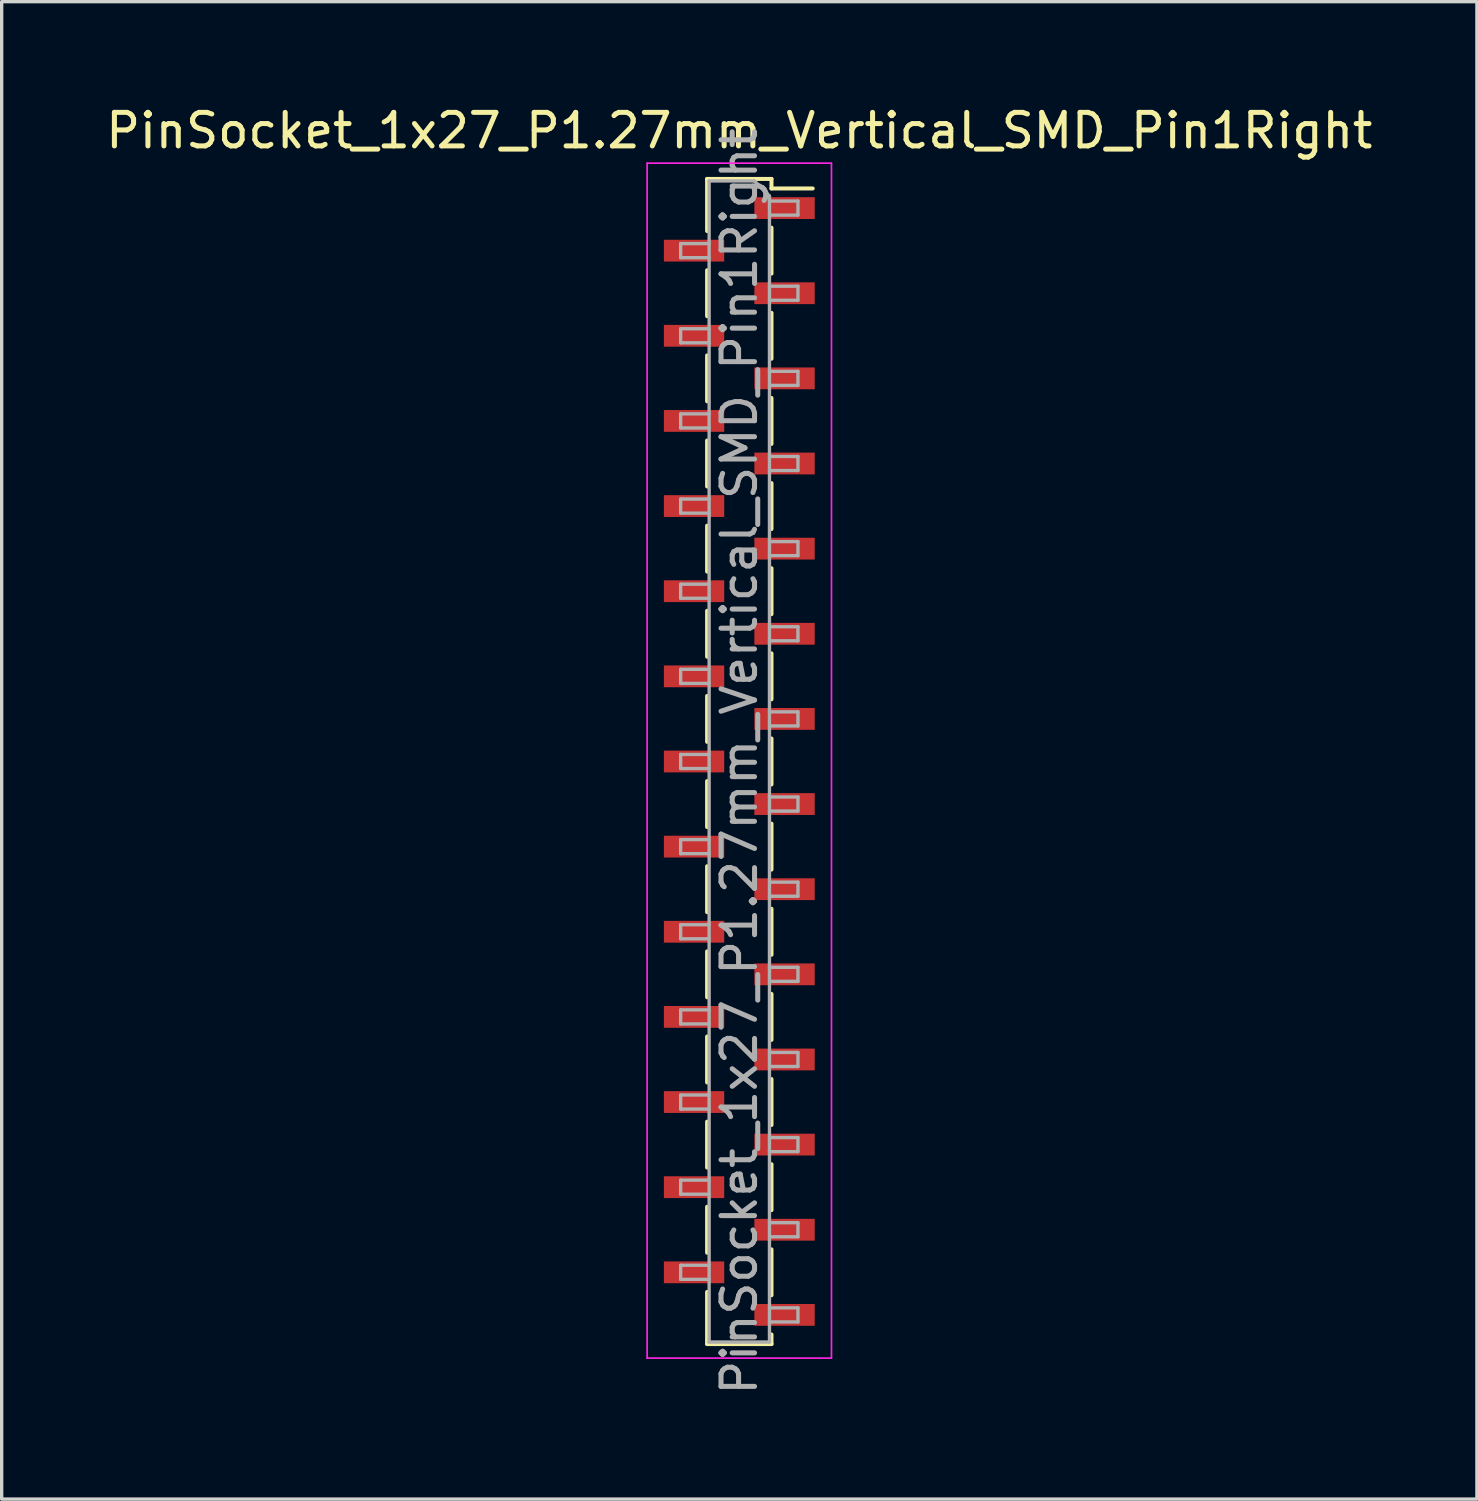
<source format=kicad_pcb>
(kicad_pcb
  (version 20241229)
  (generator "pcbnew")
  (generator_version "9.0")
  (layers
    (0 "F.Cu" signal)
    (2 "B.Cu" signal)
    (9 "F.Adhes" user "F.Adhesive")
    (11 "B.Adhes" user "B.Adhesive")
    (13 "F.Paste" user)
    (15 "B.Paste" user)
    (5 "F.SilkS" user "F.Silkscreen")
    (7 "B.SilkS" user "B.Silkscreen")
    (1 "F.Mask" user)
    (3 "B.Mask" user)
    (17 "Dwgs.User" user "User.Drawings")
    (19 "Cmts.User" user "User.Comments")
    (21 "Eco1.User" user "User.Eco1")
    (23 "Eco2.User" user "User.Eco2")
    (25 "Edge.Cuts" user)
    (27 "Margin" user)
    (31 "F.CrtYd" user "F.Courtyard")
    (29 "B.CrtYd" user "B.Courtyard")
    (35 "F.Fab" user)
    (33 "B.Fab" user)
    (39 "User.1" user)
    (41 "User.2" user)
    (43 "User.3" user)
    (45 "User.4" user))
  (footprint "PinSocket_1x27_P1.27mm_Vertical_SMD_Pin1Right"
    (layer "F.Cu")
    (at 19.006 19.668)
    (property "Reference" "PinSocket_1x27_P1.27mm_Vertical_SMD_Pin1Right" (at 0 -18.82 0) (layer "F.SilkS") (effects (font (size 1 1) (thickness 0.15))))
    (attr smd)
    (fp_line (start -0.96 -17.38) (end -0.96 -15.825) (stroke (width 0.12) (type solid)) (layer "F.SilkS"))
    (fp_line (start -0.96 -17.38) (end 0.96 -17.38) (stroke (width 0.12) (type solid)) (layer "F.SilkS"))
    (fp_line (start -0.96 -14.655) (end -0.96 -13.285) (stroke (width 0.12) (type solid)) (layer "F.SilkS"))
    (fp_line (start -0.96 -12.115) (end -0.96 -10.745) (stroke (width 0.12) (type solid)) (layer "F.SilkS"))
    (fp_line (start -0.96 -9.575) (end -0.96 -8.205) (stroke (width 0.12) (type solid)) (layer "F.SilkS"))
    (fp_line (start -0.96 -7.035) (end -0.96 -5.665) (stroke (width 0.12) (type solid)) (layer "F.SilkS"))
    (fp_line (start -0.96 -4.495) (end -0.96 -3.125) (stroke (width 0.12) (type solid)) (layer "F.SilkS"))
    (fp_line (start -0.96 -1.955) (end -0.96 -0.585) (stroke (width 0.12) (type solid)) (layer "F.SilkS"))
    (fp_line (start -0.96 0.585) (end -0.96 1.955) (stroke (width 0.12) (type solid)) (layer "F.SilkS"))
    (fp_line (start -0.96 3.125) (end -0.96 4.495) (stroke (width 0.12) (type solid)) (layer "F.SilkS"))
    (fp_line (start -0.96 5.665) (end -0.96 7.035) (stroke (width 0.12) (type solid)) (layer "F.SilkS"))
    (fp_line (start -0.96 8.205) (end -0.96 9.575) (stroke (width 0.12) (type solid)) (layer "F.SilkS"))
    (fp_line (start -0.96 10.745) (end -0.96 12.115) (stroke (width 0.12) (type solid)) (layer "F.SilkS"))
    (fp_line (start -0.96 13.285) (end -0.96 14.655) (stroke (width 0.12) (type solid)) (layer "F.SilkS"))
    (fp_line (start -0.96 15.825) (end -0.96 17.38) (stroke (width 0.12) (type solid)) (layer "F.SilkS"))
    (fp_line (start -0.96 17.38) (end 0.96 17.38) (stroke (width 0.12) (type solid)) (layer "F.SilkS"))
    (fp_line (start 0.96 -17.38) (end 0.96 -17.095) (stroke (width 0.12) (type solid)) (layer "F.SilkS"))
    (fp_line (start 0.96 -17.095) (end 2.19 -17.095) (stroke (width 0.12) (type solid)) (layer "F.SilkS"))
    (fp_line (start 0.96 -15.925) (end 0.96 -14.555) (stroke (width 0.12) (type solid)) (layer "F.SilkS"))
    (fp_line (start 0.96 -13.385) (end 0.96 -12.015) (stroke (width 0.12) (type solid)) (layer "F.SilkS"))
    (fp_line (start 0.96 -10.845) (end 0.96 -9.475) (stroke (width 0.12) (type solid)) (layer "F.SilkS"))
    (fp_line (start 0.96 -8.305) (end 0.96 -6.935) (stroke (width 0.12) (type solid)) (layer "F.SilkS"))
    (fp_line (start 0.96 -5.765) (end 0.96 -4.395) (stroke (width 0.12) (type solid)) (layer "F.SilkS"))
    (fp_line (start 0.96 -3.225) (end 0.96 -1.855) (stroke (width 0.12) (type solid)) (layer "F.SilkS"))
    (fp_line (start 0.96 -0.685) (end 0.96 0.685) (stroke (width 0.12) (type solid)) (layer "F.SilkS"))
    (fp_line (start 0.96 1.855) (end 0.96 3.225) (stroke (width 0.12) (type solid)) (layer "F.SilkS"))
    (fp_line (start 0.96 4.395) (end 0.96 5.765) (stroke (width 0.12) (type solid)) (layer "F.SilkS"))
    (fp_line (start 0.96 6.935) (end 0.96 8.305) (stroke (width 0.12) (type solid)) (layer "F.SilkS"))
    (fp_line (start 0.96 9.475) (end 0.96 10.845) (stroke (width 0.12) (type solid)) (layer "F.SilkS"))
    (fp_line (start 0.96 12.015) (end 0.96 13.385) (stroke (width 0.12) (type solid)) (layer "F.SilkS"))
    (fp_line (start 0.96 14.555) (end 0.96 15.925) (stroke (width 0.12) (type solid)) (layer "F.SilkS"))
    (fp_line (start 0.96 17.095) (end 0.96 17.38) (stroke (width 0.12) (type solid)) (layer "F.SilkS"))
    (fp_line (start -2.75 -17.85) (end 2.75 -17.85) (stroke (width 0.05) (type solid)) (layer "F.CrtYd"))
    (fp_line (start -2.75 17.8) (end -2.75 -17.85) (stroke (width 0.05) (type solid)) (layer "F.CrtYd"))
    (fp_line (start 2.75 -17.85) (end 2.75 17.8) (stroke (width 0.05) (type solid)) (layer "F.CrtYd"))
    (fp_line (start 2.75 17.8) (end -2.75 17.8) (stroke (width 0.05) (type solid)) (layer "F.CrtYd"))
    (fp_line (start -1.75 -15.45) (end -0.9 -15.45) (stroke (width 0.1) (type solid)) (layer "F.Fab"))
    (fp_line (start -1.75 -15.03) (end -1.75 -15.45) (stroke (width 0.1) (type solid)) (layer "F.Fab"))
    (fp_line (start -1.75 -12.91) (end -0.9 -12.91) (stroke (width 0.1) (type solid)) (layer "F.Fab"))
    (fp_line (start -1.75 -12.49) (end -1.75 -12.91) (stroke (width 0.1) (type solid)) (layer "F.Fab"))
    (fp_line (start -1.75 -10.37) (end -0.9 -10.37) (stroke (width 0.1) (type solid)) (layer "F.Fab"))
    (fp_line (start -1.75 -9.95) (end -1.75 -10.37) (stroke (width 0.1) (type solid)) (layer "F.Fab"))
    (fp_line (start -1.75 -7.83) (end -0.9 -7.83) (stroke (width 0.1) (type solid)) (layer "F.Fab"))
    (fp_line (start -1.75 -7.41) (end -1.75 -7.83) (stroke (width 0.1) (type solid)) (layer "F.Fab"))
    (fp_line (start -1.75 -5.29) (end -0.9 -5.29) (stroke (width 0.1) (type solid)) (layer "F.Fab"))
    (fp_line (start -1.75 -4.87) (end -1.75 -5.29) (stroke (width 0.1) (type solid)) (layer "F.Fab"))
    (fp_line (start -1.75 -2.75) (end -0.9 -2.75) (stroke (width 0.1) (type solid)) (layer "F.Fab"))
    (fp_line (start -1.75 -2.33) (end -1.75 -2.75) (stroke (width 0.1) (type solid)) (layer "F.Fab"))
    (fp_line (start -1.75 -0.21) (end -0.9 -0.21) (stroke (width 0.1) (type solid)) (layer "F.Fab"))
    (fp_line (start -1.75 0.21) (end -1.75 -0.21) (stroke (width 0.1) (type solid)) (layer "F.Fab"))
    (fp_line (start -1.75 2.33) (end -0.9 2.33) (stroke (width 0.1) (type solid)) (layer "F.Fab"))
    (fp_line (start -1.75 2.75) (end -1.75 2.33) (stroke (width 0.1) (type solid)) (layer "F.Fab"))
    (fp_line (start -1.75 4.87) (end -0.9 4.87) (stroke (width 0.1) (type solid)) (layer "F.Fab"))
    (fp_line (start -1.75 5.29) (end -1.75 4.87) (stroke (width 0.1) (type solid)) (layer "F.Fab"))
    (fp_line (start -1.75 7.41) (end -0.9 7.41) (stroke (width 0.1) (type solid)) (layer "F.Fab"))
    (fp_line (start -1.75 7.83) (end -1.75 7.41) (stroke (width 0.1) (type solid)) (layer "F.Fab"))
    (fp_line (start -1.75 9.95) (end -0.9 9.95) (stroke (width 0.1) (type solid)) (layer "F.Fab"))
    (fp_line (start -1.75 10.37) (end -1.75 9.95) (stroke (width 0.1) (type solid)) (layer "F.Fab"))
    (fp_line (start -1.75 12.49) (end -0.9 12.49) (stroke (width 0.1) (type solid)) (layer "F.Fab"))
    (fp_line (start -1.75 12.91) (end -1.75 12.49) (stroke (width 0.1) (type solid)) (layer "F.Fab"))
    (fp_line (start -1.75 15.03) (end -0.9 15.03) (stroke (width 0.1) (type solid)) (layer "F.Fab"))
    (fp_line (start -1.75 15.45) (end -1.75 15.03) (stroke (width 0.1) (type solid)) (layer "F.Fab"))
    (fp_line (start -0.9 -17.32) (end 0.45 -17.32) (stroke (width 0.1) (type solid)) (layer "F.Fab"))
    (fp_line (start -0.9 -15.03) (end -1.75 -15.03) (stroke (width 0.1) (type solid)) (layer "F.Fab"))
    (fp_line (start -0.9 -12.49) (end -1.75 -12.49) (stroke (width 0.1) (type solid)) (layer "F.Fab"))
    (fp_line (start -0.9 -9.95) (end -1.75 -9.95) (stroke (width 0.1) (type solid)) (layer "F.Fab"))
    (fp_line (start -0.9 -7.41) (end -1.75 -7.41) (stroke (width 0.1) (type solid)) (layer "F.Fab"))
    (fp_line (start -0.9 -4.87) (end -1.75 -4.87) (stroke (width 0.1) (type solid)) (layer "F.Fab"))
    (fp_line (start -0.9 -2.33) (end -1.75 -2.33) (stroke (width 0.1) (type solid)) (layer "F.Fab"))
    (fp_line (start -0.9 0.21) (end -1.75 0.21) (stroke (width 0.1) (type solid)) (layer "F.Fab"))
    (fp_line (start -0.9 2.75) (end -1.75 2.75) (stroke (width 0.1) (type solid)) (layer "F.Fab"))
    (fp_line (start -0.9 5.29) (end -1.75 5.29) (stroke (width 0.1) (type solid)) (layer "F.Fab"))
    (fp_line (start -0.9 7.83) (end -1.75 7.83) (stroke (width 0.1) (type solid)) (layer "F.Fab"))
    (fp_line (start -0.9 10.37) (end -1.75 10.37) (stroke (width 0.1) (type solid)) (layer "F.Fab"))
    (fp_line (start -0.9 12.91) (end -1.75 12.91) (stroke (width 0.1) (type solid)) (layer "F.Fab"))
    (fp_line (start -0.9 15.45) (end -1.75 15.45) (stroke (width 0.1) (type solid)) (layer "F.Fab"))
    (fp_line (start -0.9 17.32) (end -0.9 -17.32) (stroke (width 0.1) (type solid)) (layer "F.Fab"))
    (fp_line (start 0.45 -17.32) (end 0.9 -16.87) (stroke (width 0.1) (type solid)) (layer "F.Fab"))
    (fp_line (start 0.9 -16.87) (end 0.9 17.32) (stroke (width 0.1) (type solid)) (layer "F.Fab"))
    (fp_line (start 0.9 -16.72) (end 1.75 -16.72) (stroke (width 0.1) (type solid)) (layer "F.Fab"))
    (fp_line (start 0.9 -14.18) (end 1.75 -14.18) (stroke (width 0.1) (type solid)) (layer "F.Fab"))
    (fp_line (start 0.9 -11.64) (end 1.75 -11.64) (stroke (width 0.1) (type solid)) (layer "F.Fab"))
    (fp_line (start 0.9 -9.1) (end 1.75 -9.1) (stroke (width 0.1) (type solid)) (layer "F.Fab"))
    (fp_line (start 0.9 -6.56) (end 1.75 -6.56) (stroke (width 0.1) (type solid)) (layer "F.Fab"))
    (fp_line (start 0.9 -4.02) (end 1.75 -4.02) (stroke (width 0.1) (type solid)) (layer "F.Fab"))
    (fp_line (start 0.9 -1.48) (end 1.75 -1.48) (stroke (width 0.1) (type solid)) (layer "F.Fab"))
    (fp_line (start 0.9 1.06) (end 1.75 1.06) (stroke (width 0.1) (type solid)) (layer "F.Fab"))
    (fp_line (start 0.9 3.6) (end 1.75 3.6) (stroke (width 0.1) (type solid)) (layer "F.Fab"))
    (fp_line (start 0.9 6.14) (end 1.75 6.14) (stroke (width 0.1) (type solid)) (layer "F.Fab"))
    (fp_line (start 0.9 8.68) (end 1.75 8.68) (stroke (width 0.1) (type solid)) (layer "F.Fab"))
    (fp_line (start 0.9 11.22) (end 1.75 11.22) (stroke (width 0.1) (type solid)) (layer "F.Fab"))
    (fp_line (start 0.9 13.76) (end 1.75 13.76) (stroke (width 0.1) (type solid)) (layer "F.Fab"))
    (fp_line (start 0.9 16.3) (end 1.75 16.3) (stroke (width 0.1) (type solid)) (layer "F.Fab"))
    (fp_line (start 0.9 17.32) (end -0.9 17.32) (stroke (width 0.1) (type solid)) (layer "F.Fab"))
    (fp_line (start 1.75 -16.72) (end 1.75 -16.3) (stroke (width 0.1) (type solid)) (layer "F.Fab"))
    (fp_line (start 1.75 -16.3) (end 0.9 -16.3) (stroke (width 0.1) (type solid)) (layer "F.Fab"))
    (fp_line (start 1.75 -14.18) (end 1.75 -13.76) (stroke (width 0.1) (type solid)) (layer "F.Fab"))
    (fp_line (start 1.75 -13.76) (end 0.9 -13.76) (stroke (width 0.1) (type solid)) (layer "F.Fab"))
    (fp_line (start 1.75 -11.64) (end 1.75 -11.22) (stroke (width 0.1) (type solid)) (layer "F.Fab"))
    (fp_line (start 1.75 -11.22) (end 0.9 -11.22) (stroke (width 0.1) (type solid)) (layer "F.Fab"))
    (fp_line (start 1.75 -9.1) (end 1.75 -8.68) (stroke (width 0.1) (type solid)) (layer "F.Fab"))
    (fp_line (start 1.75 -8.68) (end 0.9 -8.68) (stroke (width 0.1) (type solid)) (layer "F.Fab"))
    (fp_line (start 1.75 -6.56) (end 1.75 -6.14) (stroke (width 0.1) (type solid)) (layer "F.Fab"))
    (fp_line (start 1.75 -6.14) (end 0.9 -6.14) (stroke (width 0.1) (type solid)) (layer "F.Fab"))
    (fp_line (start 1.75 -4.02) (end 1.75 -3.6) (stroke (width 0.1) (type solid)) (layer "F.Fab"))
    (fp_line (start 1.75 -3.6) (end 0.9 -3.6) (stroke (width 0.1) (type solid)) (layer "F.Fab"))
    (fp_line (start 1.75 -1.48) (end 1.75 -1.06) (stroke (width 0.1) (type solid)) (layer "F.Fab"))
    (fp_line (start 1.75 -1.06) (end 0.9 -1.06) (stroke (width 0.1) (type solid)) (layer "F.Fab"))
    (fp_line (start 1.75 1.06) (end 1.75 1.48) (stroke (width 0.1) (type solid)) (layer "F.Fab"))
    (fp_line (start 1.75 1.48) (end 0.9 1.48) (stroke (width 0.1) (type solid)) (layer "F.Fab"))
    (fp_line (start 1.75 3.6) (end 1.75 4.02) (stroke (width 0.1) (type solid)) (layer "F.Fab"))
    (fp_line (start 1.75 4.02) (end 0.9 4.02) (stroke (width 0.1) (type solid)) (layer "F.Fab"))
    (fp_line (start 1.75 6.14) (end 1.75 6.56) (stroke (width 0.1) (type solid)) (layer "F.Fab"))
    (fp_line (start 1.75 6.56) (end 0.9 6.56) (stroke (width 0.1) (type solid)) (layer "F.Fab"))
    (fp_line (start 1.75 8.68) (end 1.75 9.1) (stroke (width 0.1) (type solid)) (layer "F.Fab"))
    (fp_line (start 1.75 9.1) (end 0.9 9.1) (stroke (width 0.1) (type solid)) (layer "F.Fab"))
    (fp_line (start 1.75 11.22) (end 1.75 11.64) (stroke (width 0.1) (type solid)) (layer "F.Fab"))
    (fp_line (start 1.75 11.64) (end 0.9 11.64) (stroke (width 0.1) (type solid)) (layer "F.Fab"))
    (fp_line (start 1.75 13.76) (end 1.75 14.18) (stroke (width 0.1) (type solid)) (layer "F.Fab"))
    (fp_line (start 1.75 14.18) (end 0.9 14.18) (stroke (width 0.1) (type solid)) (layer "F.Fab"))
    (fp_line (start 1.75 16.3) (end 1.75 16.72) (stroke (width 0.1) (type solid)) (layer "F.Fab"))
    (fp_line (start 1.75 16.72) (end 0.9 16.72) (stroke (width 0.1) (type solid)) (layer "F.Fab"))
    (fp_text user "${REFERENCE}" (at 0 0 90) (layer "F.Fab") (effects (font (size 1 1) (thickness 0.15))))
    (pad "1" smd rect (at 1.35 -16.51) (size 1.8 0.65) (layers "F.Cu" "F.Mask" "F.Paste"))
    (pad "2" smd rect (at -1.35 -15.24) (size 1.8 0.65) (layers "F.Cu" "F.Mask" "F.Paste"))
    (pad "3" smd rect (at 1.35 -13.97) (size 1.8 0.65) (layers "F.Cu" "F.Mask" "F.Paste"))
    (pad "4" smd rect (at -1.35 -12.7) (size 1.8 0.65) (layers "F.Cu" "F.Mask" "F.Paste"))
    (pad "5" smd rect (at 1.35 -11.43) (size 1.8 0.65) (layers "F.Cu" "F.Mask" "F.Paste"))
    (pad "6" smd rect (at -1.35 -10.16) (size 1.8 0.65) (layers "F.Cu" "F.Mask" "F.Paste"))
    (pad "7" smd rect (at 1.35 -8.89) (size 1.8 0.65) (layers "F.Cu" "F.Mask" "F.Paste"))
    (pad "8" smd rect (at -1.35 -7.62) (size 1.8 0.65) (layers "F.Cu" "F.Mask" "F.Paste"))
    (pad "9" smd rect (at 1.35 -6.35) (size 1.8 0.65) (layers "F.Cu" "F.Mask" "F.Paste"))
    (pad "10" smd rect (at -1.35 -5.08) (size 1.8 0.65) (layers "F.Cu" "F.Mask" "F.Paste"))
    (pad "11" smd rect (at 1.35 -3.81) (size 1.8 0.65) (layers "F.Cu" "F.Mask" "F.Paste"))
    (pad "12" smd rect (at -1.35 -2.54) (size 1.8 0.65) (layers "F.Cu" "F.Mask" "F.Paste"))
    (pad "13" smd rect (at 1.35 -1.27) (size 1.8 0.65) (layers "F.Cu" "F.Mask" "F.Paste"))
    (pad "14" smd rect (at -1.35 0) (size 1.8 0.65) (layers "F.Cu" "F.Mask" "F.Paste"))
    (pad "15" smd rect (at 1.35 1.27) (size 1.8 0.65) (layers "F.Cu" "F.Mask" "F.Paste"))
    (pad "16" smd rect (at -1.35 2.54) (size 1.8 0.65) (layers "F.Cu" "F.Mask" "F.Paste"))
    (pad "17" smd rect (at 1.35 3.81) (size 1.8 0.65) (layers "F.Cu" "F.Mask" "F.Paste"))
    (pad "18" smd rect (at -1.35 5.08) (size 1.8 0.65) (layers "F.Cu" "F.Mask" "F.Paste"))
    (pad "19" smd rect (at 1.35 6.35) (size 1.8 0.65) (layers "F.Cu" "F.Mask" "F.Paste"))
    (pad "20" smd rect (at -1.35 7.62) (size 1.8 0.65) (layers "F.Cu" "F.Mask" "F.Paste"))
    (pad "21" smd rect (at 1.35 8.89) (size 1.8 0.65) (layers "F.Cu" "F.Mask" "F.Paste"))
    (pad "22" smd rect (at -1.35 10.16) (size 1.8 0.65) (layers "F.Cu" "F.Mask" "F.Paste"))
    (pad "23" smd rect (at 1.35 11.43) (size 1.8 0.65) (layers "F.Cu" "F.Mask" "F.Paste"))
    (pad "24" smd rect (at -1.35 12.7) (size 1.8 0.65) (layers "F.Cu" "F.Mask" "F.Paste"))
    (pad "25" smd rect (at 1.35 13.97) (size 1.8 0.65) (layers "F.Cu" "F.Mask" "F.Paste"))
    (pad "26" smd rect (at -1.35 15.24) (size 1.8 0.65) (layers "F.Cu" "F.Mask" "F.Paste"))
    (pad "27" smd rect (at 1.35 16.51) (size 1.8 0.65) (layers "F.Cu" "F.Mask" "F.Paste")))
  (gr_rect
    (start -3 -3)
    (end 41.012 41.674)
    (stroke (width 0.1) (type default))
    (fill no)
    (layer "Edge.Cuts")))
</source>
